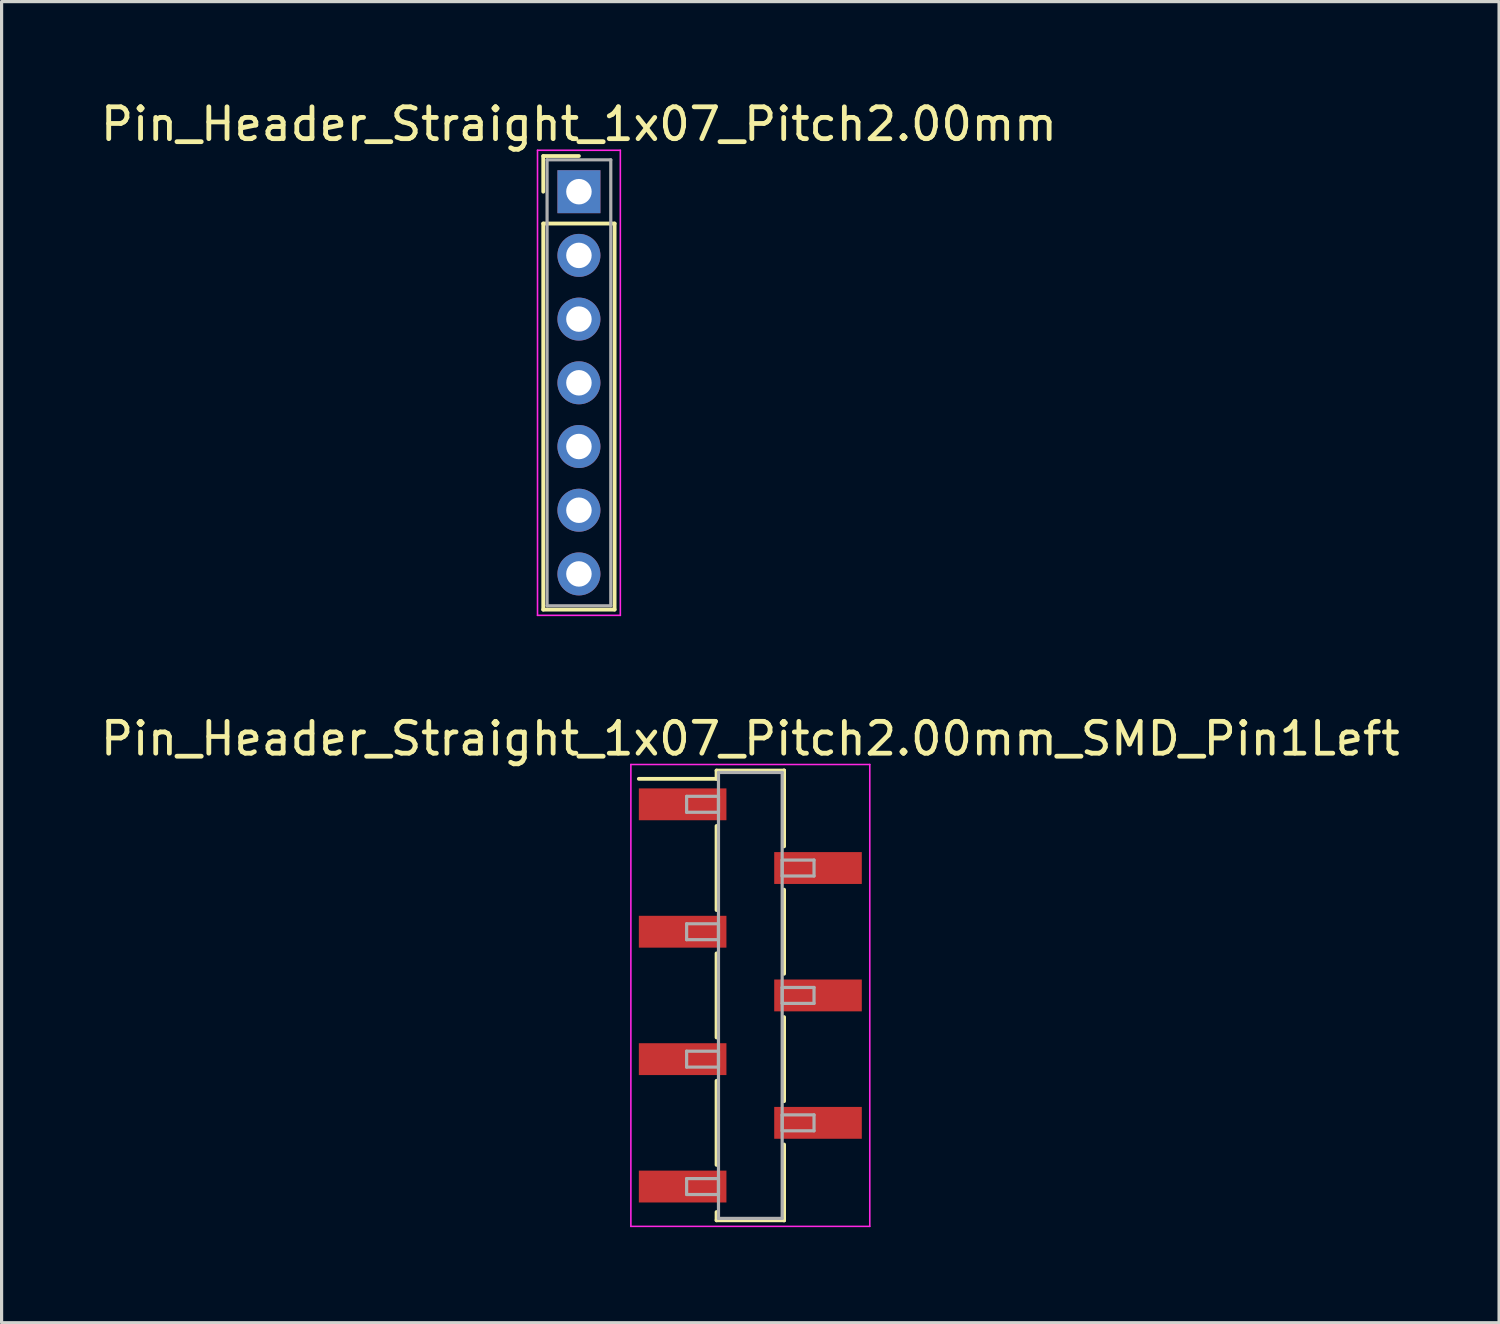
<source format=kicad_pcb>
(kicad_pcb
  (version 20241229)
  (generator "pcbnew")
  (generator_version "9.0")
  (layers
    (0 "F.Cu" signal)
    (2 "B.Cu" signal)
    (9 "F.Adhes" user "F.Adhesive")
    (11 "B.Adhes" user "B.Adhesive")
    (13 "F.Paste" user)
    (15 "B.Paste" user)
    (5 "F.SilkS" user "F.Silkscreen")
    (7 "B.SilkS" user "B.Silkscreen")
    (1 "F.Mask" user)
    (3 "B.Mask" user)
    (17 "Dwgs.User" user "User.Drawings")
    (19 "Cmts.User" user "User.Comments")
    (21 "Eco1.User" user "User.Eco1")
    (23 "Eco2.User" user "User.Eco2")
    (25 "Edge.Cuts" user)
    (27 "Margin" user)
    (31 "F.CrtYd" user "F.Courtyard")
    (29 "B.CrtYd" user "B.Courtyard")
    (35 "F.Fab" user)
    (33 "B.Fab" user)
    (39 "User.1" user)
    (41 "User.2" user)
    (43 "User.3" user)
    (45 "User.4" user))
  (footprint "Pin_Header_Straight_1x07_Pitch2.00mm"
    (layer "F.Cu")
    (at 15.125 2.968)
    (property "Reference" "Pin_Header_Straight_1x07_Pitch2.00mm" (at 0 -2.12 0) (layer "F.SilkS") (effects (font (size 1 1) (thickness 0.15))))
    (attr through_hole)
    (fp_line (start -1.12 -1.12) (end 0 -1.12) (stroke (width 0.12) (type solid)) (layer "F.SilkS"))
    (fp_line (start -1.12 0) (end -1.12 -1.12) (stroke (width 0.12) (type solid)) (layer "F.SilkS"))
    (fp_line (start -1.12 1) (end -1.12 13.12) (stroke (width 0.12) (type solid)) (layer "F.SilkS"))
    (fp_line (start -1.12 13.12) (end 1.12 13.12) (stroke (width 0.12) (type solid)) (layer "F.SilkS"))
    (fp_line (start 1.12 1) (end -1.12 1) (stroke (width 0.12) (type solid)) (layer "F.SilkS"))
    (fp_line (start 1.12 13.12) (end 1.12 1) (stroke (width 0.12) (type solid)) (layer "F.SilkS"))
    (fp_line (start -1.3 -1.3) (end -1.3 13.3) (stroke (width 0.05) (type solid)) (layer "F.CrtYd"))
    (fp_line (start -1.3 13.3) (end 1.3 13.3) (stroke (width 0.05) (type solid)) (layer "F.CrtYd"))
    (fp_line (start 1.3 -1.3) (end -1.3 -1.3) (stroke (width 0.05) (type solid)) (layer "F.CrtYd"))
    (fp_line (start 1.3 13.3) (end 1.3 -1.3) (stroke (width 0.05) (type solid)) (layer "F.CrtYd"))
    (fp_line (start -1 -1) (end -1 13) (stroke (width 0.1) (type solid)) (layer "F.Fab"))
    (fp_line (start -1 13) (end 1 13) (stroke (width 0.1) (type solid)) (layer "F.Fab"))
    (fp_line (start 1 -1) (end -1 -1) (stroke (width 0.1) (type solid)) (layer "F.Fab"))
    (fp_line (start 1 13) (end 1 -1) (stroke (width 0.1) (type solid)) (layer "F.Fab"))
    (pad "1" thru_hole rect (at 0 0) (size 1.35 1.35) (drill 0.8) (layers "*.Cu" "*.Mask"))
    (pad "2" thru_hole oval (at 0 2) (size 1.35 1.35) (drill 0.8) (layers "*.Cu" "*.Mask"))
    (pad "3" thru_hole oval (at 0 4) (size 1.35 1.35) (drill 0.8) (layers "*.Cu" "*.Mask"))
    (pad "4" thru_hole oval (at 0 6) (size 1.35 1.35) (drill 0.8) (layers "*.Cu" "*.Mask"))
    (pad "5" thru_hole oval (at 0 8) (size 1.35 1.35) (drill 0.8) (layers "*.Cu" "*.Mask"))
    (pad "6" thru_hole oval (at 0 10) (size 1.35 1.35) (drill 0.8) (layers "*.Cu" "*.Mask"))
    (pad "7" thru_hole oval (at 0 12) (size 1.35 1.35) (drill 0.8) (layers "*.Cu" "*.Mask")))
  (footprint "Pin_Header_Straight_1x07_Pitch2.00mm_SMD_Pin1Left"
    (layer "F.Cu")
    (at 20.506 28.201)
    (property "Reference" "Pin_Header_Straight_1x07_Pitch2.00mm_SMD_Pin1Left" (at 0 -8.06 0) (layer "F.SilkS") (effects (font (size 1 1) (thickness 0.15))))
    (attr smd)
    (fp_line (start -1.06 -7.06) (end 1.06 -7.06) (stroke (width 0.12) (type solid)) (layer "F.SilkS"))
    (fp_line (start -1.06 -6.8) (end -3.5 -6.8) (stroke (width 0.12) (type solid)) (layer "F.SilkS"))
    (fp_line (start -1.06 -6.8) (end -1.06 -7.06) (stroke (width 0.12) (type solid)) (layer "F.SilkS"))
    (fp_line (start -1.06 -5.32) (end -1.06 -2.68) (stroke (width 0.12) (type solid)) (layer "F.SilkS"))
    (fp_line (start -1.06 -1.32) (end -1.06 1.32) (stroke (width 0.12) (type solid)) (layer "F.SilkS"))
    (fp_line (start -1.06 2.68) (end -1.06 5.32) (stroke (width 0.12) (type solid)) (layer "F.SilkS"))
    (fp_line (start -1.06 6.8) (end -1.06 7.06) (stroke (width 0.12) (type solid)) (layer "F.SilkS"))
    (fp_line (start -1.06 7.06) (end 1.06 7.06) (stroke (width 0.12) (type solid)) (layer "F.SilkS"))
    (fp_line (start 1.06 -7.06) (end 1.06 -6.8) (stroke (width 0.12) (type solid)) (layer "F.SilkS"))
    (fp_line (start 1.06 -7.06) (end 1.06 -4.68) (stroke (width 0.12) (type solid)) (layer "F.SilkS"))
    (fp_line (start 1.06 -3.32) (end 1.06 -0.68) (stroke (width 0.12) (type solid)) (layer "F.SilkS"))
    (fp_line (start 1.06 0.68) (end 1.06 3.32) (stroke (width 0.12) (type solid)) (layer "F.SilkS"))
    (fp_line (start 1.06 4.68) (end 1.06 7.06) (stroke (width 0.12) (type solid)) (layer "F.SilkS"))
    (fp_line (start 1.06 7.06) (end 1.06 6.8) (stroke (width 0.12) (type solid)) (layer "F.SilkS"))
    (fp_line (start -3.75 -7.25) (end -3.75 7.25) (stroke (width 0.05) (type solid)) (layer "F.CrtYd"))
    (fp_line (start -3.75 7.25) (end 3.75 7.25) (stroke (width 0.05) (type solid)) (layer "F.CrtYd"))
    (fp_line (start 3.75 -7.25) (end -3.75 -7.25) (stroke (width 0.05) (type solid)) (layer "F.CrtYd"))
    (fp_line (start 3.75 7.25) (end 3.75 -7.25) (stroke (width 0.05) (type solid)) (layer "F.CrtYd"))
    (fp_line (start -2 -6.25) (end -1 -6.25) (stroke (width 0.1) (type solid)) (layer "F.Fab"))
    (fp_line (start -2 -5.75) (end -2 -6.25) (stroke (width 0.1) (type solid)) (layer "F.Fab"))
    (fp_line (start -2 -2.25) (end -1 -2.25) (stroke (width 0.1) (type solid)) (layer "F.Fab"))
    (fp_line (start -2 -1.75) (end -2 -2.25) (stroke (width 0.1) (type solid)) (layer "F.Fab"))
    (fp_line (start -2 1.75) (end -1 1.75) (stroke (width 0.1) (type solid)) (layer "F.Fab"))
    (fp_line (start -2 2.25) (end -2 1.75) (stroke (width 0.1) (type solid)) (layer "F.Fab"))
    (fp_line (start -2 5.75) (end -1 5.75) (stroke (width 0.1) (type solid)) (layer "F.Fab"))
    (fp_line (start -2 6.25) (end -2 5.75) (stroke (width 0.1) (type solid)) (layer "F.Fab"))
    (fp_line (start -1 -7) (end -1 7) (stroke (width 0.1) (type solid)) (layer "F.Fab"))
    (fp_line (start -1 -6.25) (end -1 -5.75) (stroke (width 0.1) (type solid)) (layer "F.Fab"))
    (fp_line (start -1 -5.75) (end -2 -5.75) (stroke (width 0.1) (type solid)) (layer "F.Fab"))
    (fp_line (start -1 -2.25) (end -1 -1.75) (stroke (width 0.1) (type solid)) (layer "F.Fab"))
    (fp_line (start -1 -1.75) (end -2 -1.75) (stroke (width 0.1) (type solid)) (layer "F.Fab"))
    (fp_line (start -1 1.75) (end -1 2.25) (stroke (width 0.1) (type solid)) (layer "F.Fab"))
    (fp_line (start -1 2.25) (end -2 2.25) (stroke (width 0.1) (type solid)) (layer "F.Fab"))
    (fp_line (start -1 5.75) (end -1 6.25) (stroke (width 0.1) (type solid)) (layer "F.Fab"))
    (fp_line (start -1 6.25) (end -2 6.25) (stroke (width 0.1) (type solid)) (layer "F.Fab"))
    (fp_line (start -1 7) (end 1 7) (stroke (width 0.1) (type solid)) (layer "F.Fab"))
    (fp_line (start 1 -7) (end -1 -7) (stroke (width 0.1) (type solid)) (layer "F.Fab"))
    (fp_line (start 1 -4.25) (end 1 -3.75) (stroke (width 0.1) (type solid)) (layer "F.Fab"))
    (fp_line (start 1 -3.75) (end 2 -3.75) (stroke (width 0.1) (type solid)) (layer "F.Fab"))
    (fp_line (start 1 -0.25) (end 1 0.25) (stroke (width 0.1) (type solid)) (layer "F.Fab"))
    (fp_line (start 1 0.25) (end 2 0.25) (stroke (width 0.1) (type solid)) (layer "F.Fab"))
    (fp_line (start 1 3.75) (end 1 4.25) (stroke (width 0.1) (type solid)) (layer "F.Fab"))
    (fp_line (start 1 4.25) (end 2 4.25) (stroke (width 0.1) (type solid)) (layer "F.Fab"))
    (fp_line (start 1 7) (end 1 -7) (stroke (width 0.1) (type solid)) (layer "F.Fab"))
    (fp_line (start 2 -4.25) (end 1 -4.25) (stroke (width 0.1) (type solid)) (layer "F.Fab"))
    (fp_line (start 2 -3.75) (end 2 -4.25) (stroke (width 0.1) (type solid)) (layer "F.Fab"))
    (fp_line (start 2 -0.25) (end 1 -0.25) (stroke (width 0.1) (type solid)) (layer "F.Fab"))
    (fp_line (start 2 0.25) (end 2 -0.25) (stroke (width 0.1) (type solid)) (layer "F.Fab"))
    (fp_line (start 2 3.75) (end 1 3.75) (stroke (width 0.1) (type solid)) (layer "F.Fab"))
    (fp_line (start 2 4.25) (end 2 3.75) (stroke (width 0.1) (type solid)) (layer "F.Fab"))
    (pad "1" smd rect (at -2.125 -6) (size 2.75 1) (layers "F.Cu" "F.Mask"))
    (pad "2" smd rect (at 2.125 -4) (size 2.75 1) (layers "F.Cu" "F.Mask"))
    (pad "3" smd rect (at -2.125 -2) (size 2.75 1) (layers "F.Cu" "F.Mask"))
    (pad "4" smd rect (at 2.125 0) (size 2.75 1) (layers "F.Cu" "F.Mask"))
    (pad "5" smd rect (at -2.125 2) (size 2.75 1) (layers "F.Cu" "F.Mask"))
    (pad "6" smd rect (at 2.125 4) (size 2.75 1) (layers "F.Cu" "F.Mask"))
    (pad "7" smd rect (at -2.125 6) (size 2.75 1) (layers "F.Cu" "F.Mask")))
  (gr_rect
    (start -3 -3)
    (end 44.012 38.477)
    (stroke (width 0.1) (type default))
    (fill no)
    (layer "Edge.Cuts")))
</source>
